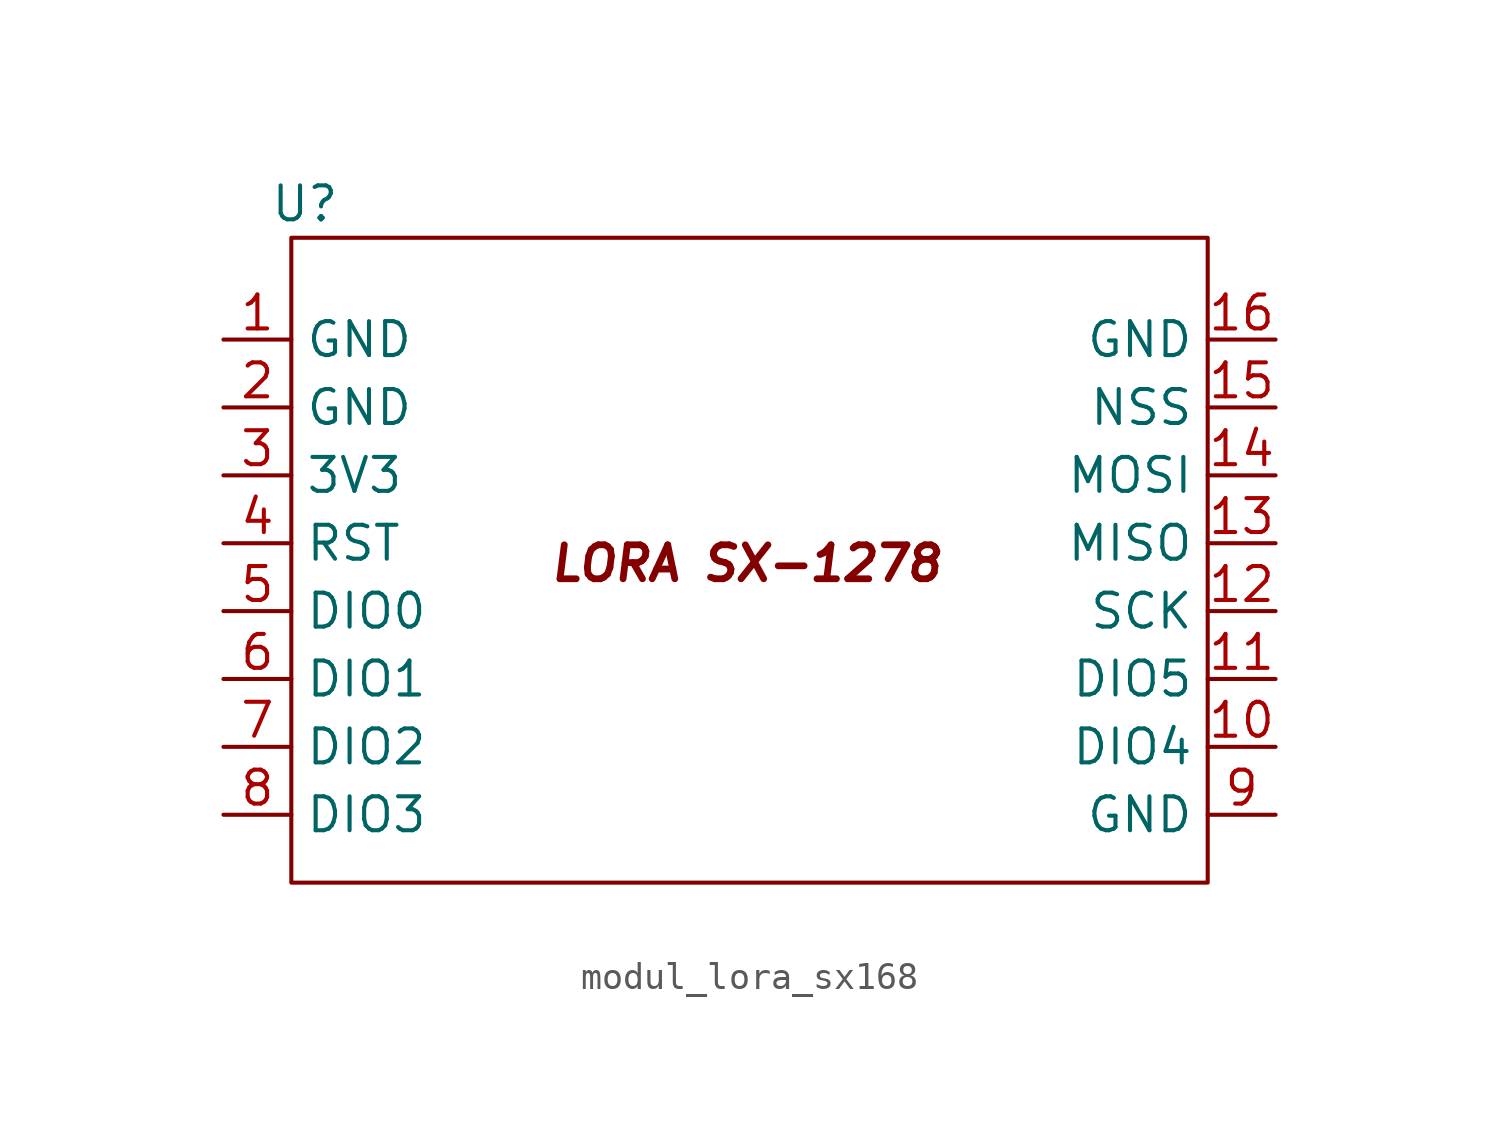
<source format=kicad_sym>
(kicad_symbol_lib
  (version 20231120)
  (generator "kicad_symbol_editor")
  (generator_version "8.0")
  (symbol "modul_lora_sx168"
    (property "Reference" "U"
      (at -16.002 15.24 0)
      (effects (font (size 1.27 1.27))))
    (property "Value" ""
      (at 0 0 0)
      (effects (font (size 1.27 1.27))))
    (symbol "modul_lora_sx168_0_1"
      (rectangle (start -16.51 13.97) (end 17.78 -10.16) (stroke (width 0) (type default)) (fill (type none))))
    (symbol "modul_lora_sx168_1_1"
      (text "LORA SX-1278\n\n" (at 0.508 0.762 0) (effects (font (size 1.27 1.27) (bold yes) (italic yes))))
      (pin input line (at -19.05 10.16 0) (length 2.54) (name "GND" (effects (font (size 1.27 1.27)))) (number "1" (effects (font (size 1.27 1.27)))))
      (pin input line (at 20.32 -5.08 180) (length 2.54) (name "DIO4" (effects (font (size 1.27 1.27)))) (number "10" (effects (font (size 1.27 1.27)))))
      (pin input line (at 20.32 -2.54 180) (length 2.54) (name "DIO5" (effects (font (size 1.27 1.27)))) (number "11" (effects (font (size 1.27 1.27)))))
      (pin input line (at 20.32 0 180) (length 2.54) (name "SCK" (effects (font (size 1.27 1.27)))) (number "12" (effects (font (size 1.27 1.27)))))
      (pin input line (at 20.32 2.54 180) (length 2.54) (name "MISO" (effects (font (size 1.27 1.27)))) (number "13" (effects (font (size 1.27 1.27)))))
      (pin input line (at 20.32 5.08 180) (length 2.54) (name "MOSI" (effects (font (size 1.27 1.27)))) (number "14" (effects (font (size 1.27 1.27)))))
      (pin input line (at 20.32 7.62 180) (length 2.54) (name "NSS" (effects (font (size 1.27 1.27)))) (number "15" (effects (font (size 1.27 1.27)))))
      (pin input line (at 20.32 10.16 180) (length 2.54) (name "GND" (effects (font (size 1.27 1.27)))) (number "16" (effects (font (size 1.27 1.27)))))
      (pin input line (at -19.05 7.62 0) (length 2.54) (name "GND" (effects (font (size 1.27 1.27)))) (number "2" (effects (font (size 1.27 1.27)))))
      (pin input line (at -19.05 5.08 0) (length 2.54) (name "3V3" (effects (font (size 1.27 1.27)))) (number "3" (effects (font (size 1.27 1.27)))))
      (pin input line (at -19.05 2.54 0) (length 2.54) (name "RST" (effects (font (size 1.27 1.27)))) (number "4" (effects (font (size 1.27 1.27)))))
      (pin input line (at -19.05 0 0) (length 2.54) (name "DIO0" (effects (font (size 1.27 1.27)))) (number "5" (effects (font (size 1.27 1.27)))))
      (pin input line (at -19.05 -2.54 0) (length 2.54) (name "DIO1" (effects (font (size 1.27 1.27)))) (number "6" (effects (font (size 1.27 1.27)))))
      (pin input line (at -19.05 -5.08 0) (length 2.54) (name "DIO2" (effects (font (size 1.27 1.27)))) (number "7" (effects (font (size 1.27 1.27)))))
      (pin input line (at -19.05 -7.62 0) (length 2.54) (name "DIO3" (effects (font (size 1.27 1.27)))) (number "8" (effects (font (size 1.27 1.27)))))
      (pin input line (at 20.32 -7.62 180) (length 2.54) (name "GND" (effects (font (size 1.27 1.27)))) (number "9" (effects (font (size 1.27 1.27))))))))
</source>
